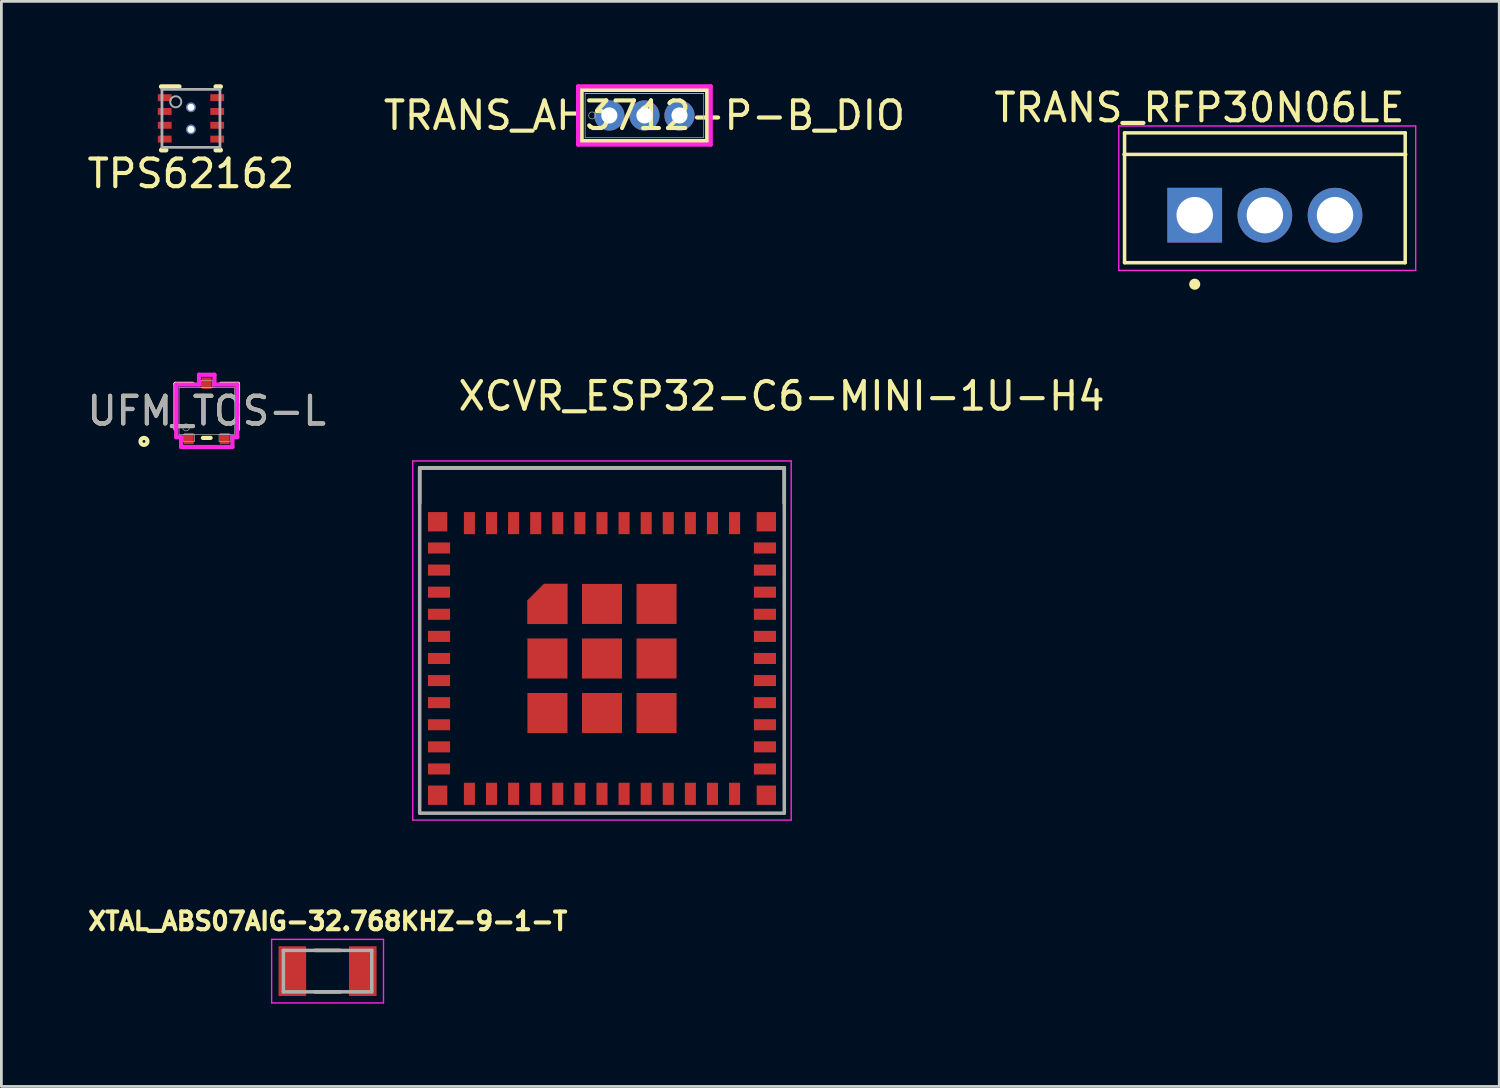
<source format=kicad_pcb>
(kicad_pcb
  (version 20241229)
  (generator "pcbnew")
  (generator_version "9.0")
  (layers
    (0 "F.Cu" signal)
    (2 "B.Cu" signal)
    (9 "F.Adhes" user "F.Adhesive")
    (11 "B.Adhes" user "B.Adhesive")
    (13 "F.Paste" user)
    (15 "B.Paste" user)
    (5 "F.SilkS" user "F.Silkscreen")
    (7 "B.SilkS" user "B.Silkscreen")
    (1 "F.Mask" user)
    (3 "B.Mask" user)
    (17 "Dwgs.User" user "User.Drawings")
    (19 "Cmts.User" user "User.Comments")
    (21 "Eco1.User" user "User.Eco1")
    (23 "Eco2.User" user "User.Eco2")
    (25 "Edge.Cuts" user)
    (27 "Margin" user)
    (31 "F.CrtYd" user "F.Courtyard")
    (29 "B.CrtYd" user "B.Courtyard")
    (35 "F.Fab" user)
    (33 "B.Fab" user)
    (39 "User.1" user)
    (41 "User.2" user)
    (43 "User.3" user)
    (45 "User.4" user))
  (footprint "TRANS_AH3712-P-B_DIO"
    (layer "F.Cu")
    (at 19.01 1.13)
    (property "Reference" "TRANS_AH3712-P-B_DIO" (at 1.27 0 0) (unlocked yes) (layer "F.SilkS") (effects (font (size 1 1) (thickness 0.15))))
    (attr through_hole)
    (fp_line (start -1.003 -0.927) (end -1.003 0.927) (stroke (width 0.152) (type solid)) (layer "F.SilkS"))
    (fp_line (start -1.003 0.927) (end 3.543 0.927) (stroke (width 0.152) (type solid)) (layer "F.SilkS"))
    (fp_line (start -0.876 -0.927) (end 3.416 -0.927) (stroke (width 0.152) (type solid)) (layer "F.SilkS"))
    (fp_line (start 3.543 -0.927) (end -1.003 -0.927) (stroke (width 0.152) (type solid)) (layer "F.SilkS"))
    (fp_line (start 3.543 0.927) (end 3.543 -0.927) (stroke (width 0.152) (type solid)) (layer "F.SilkS"))
    (fp_line (start -1.13 -1.054) (end -1.13 1.054) (stroke (width 0.152) (type solid)) (layer "F.CrtYd"))
    (fp_line (start -1.13 1.054) (end 3.67 1.054) (stroke (width 0.152) (type solid)) (layer "F.CrtYd"))
    (fp_line (start 3.67 -1.054) (end -1.13 -1.054) (stroke (width 0.152) (type solid)) (layer "F.CrtYd"))
    (fp_line (start 3.67 1.054) (end 3.67 -1.054) (stroke (width 0.152) (type solid)) (layer "F.CrtYd"))
    (fp_line (start -0.876 -0.8) (end -0.876 0.8) (stroke (width 0.025) (type solid)) (layer "F.Fab"))
    (fp_line (start -0.876 -0.8) (end 3.416 -0.8) (stroke (width 0.025) (type solid)) (layer "F.Fab"))
    (fp_line (start -0.876 0.8) (end 3.416 0.8) (stroke (width 0.025) (type solid)) (layer "F.Fab"))
    (fp_line (start 3.416 -0.8) (end -0.876 -0.8) (stroke (width 0.025) (type solid)) (layer "F.Fab"))
    (fp_line (start 3.416 0.8) (end 3.416 -0.8) (stroke (width 0.025) (type solid)) (layer "F.Fab"))
    (fp_circle (center -0.622 0) (end -0.495 0) (stroke (width 0.025) (type solid)) (fill no) (layer "F.Fab"))
    (pad "1" thru_hole circle (at 0 0) (size 1.092 1.092) (drill 0.584) (layers "*.Cu" "*.Mask"))
    (pad "2" thru_hole circle (at 1.27 0) (size 1.092 1.092) (drill 0.584) (layers "*.Cu" "*.Mask"))
    (pad "3" thru_hole circle (at 2.54 0) (size 1.092 1.092) (drill 0.584) (layers "*.Cu" "*.Mask")))
  (footprint "XTAL_ABS07AIG-32.768KHZ-9-1-T"
    (layer "F.Cu")
    (at 8.809 32.108)
    (property "Reference" "XTAL_ABS07AIG-32.768KHZ-9-1-T" (at 0.007 -1.806 0) (layer "F.SilkS") (effects (font (size 0.64 0.64) (thickness 0.15))))
    (attr smd)
    (fp_line (start -0.455 -0.75) (end 0.455 -0.75) (stroke (width 0.127) (type solid)) (layer "F.SilkS"))
    (fp_line (start -0.455 0.75) (end 0.455 0.75) (stroke (width 0.127) (type solid)) (layer "F.SilkS"))
    (fp_line (start -2.025 -1.15) (end -2.025 1.15) (stroke (width 0.05) (type solid)) (layer "F.CrtYd"))
    (fp_line (start -2.025 1.15) (end 2.025 1.15) (stroke (width 0.05) (type solid)) (layer "F.CrtYd"))
    (fp_line (start 2.025 -1.15) (end -2.025 -1.15) (stroke (width 0.05) (type solid)) (layer "F.CrtYd"))
    (fp_line (start 2.025 1.15) (end 2.025 -1.15) (stroke (width 0.05) (type solid)) (layer "F.CrtYd"))
    (fp_line (start -1.6 -0.75) (end -1.6 0.75) (stroke (width 0.127) (type solid)) (layer "F.Fab"))
    (fp_line (start -1.6 -0.75) (end 1.6 -0.75) (stroke (width 0.127) (type solid)) (layer "F.Fab"))
    (fp_line (start -1.6 0.75) (end 1.6 0.75) (stroke (width 0.127) (type solid)) (layer "F.Fab"))
    (fp_line (start 1.6 -0.75) (end 1.6 0.75) (stroke (width 0.127) (type solid)) (layer "F.Fab"))
    (pad "1" smd rect (at -1.275 0) (size 1 1.8) (layers "F.Cu" "F.Mask" "F.Paste"))
    (pad "2" smd rect (at 1.275 0) (size 1 1.8) (layers "F.Cu" "F.Mask" "F.Paste")))
  (footprint "TRANS_RFP30N06LE"
    (layer "F.Cu")
    (at 42.743 4.74)
    (property "Reference" "TRANS_RFP30N06LE" (at -2.369 -3.891 0) (layer "F.SilkS") (effects (font (size 1.002 1.002) (thickness 0.15))))
    (attr through_hole)
    (fp_line (start -5.1 -2.2) (end 5.1 -2.2) (stroke (width 0.127) (type solid)) (layer "F.SilkS"))
    (fp_line (start -5.08 -2.98) (end -5.08 1.72) (stroke (width 0.127) (type solid)) (layer "F.SilkS"))
    (fp_line (start -5.08 1.72) (end 5.08 1.72) (stroke (width 0.127) (type solid)) (layer "F.SilkS"))
    (fp_line (start 5.08 -2.98) (end -5.08 -2.98) (stroke (width 0.127) (type solid)) (layer "F.SilkS"))
    (fp_line (start 5.08 1.72) (end 5.08 -2.98) (stroke (width 0.127) (type solid)) (layer "F.SilkS"))
    (fp_circle (center -2.54 2.5) (end -2.34 2.5) (stroke (width 0) (type solid)) (fill yes) (layer "F.SilkS"))
    (fp_line (start -5.29 -3.23) (end 5.46 -3.23) (stroke (width 0.05) (type solid)) (layer "F.CrtYd"))
    (fp_line (start -5.29 2) (end -5.29 -3.23) (stroke (width 0.05) (type solid)) (layer "F.CrtYd"))
    (fp_line (start 5.46 -3.23) (end 5.46 2) (stroke (width 0.05) (type solid)) (layer "F.CrtYd"))
    (fp_line (start 5.46 2) (end -5.29 2) (stroke (width 0.05) (type solid)) (layer "F.CrtYd"))
    (pad "1" thru_hole rect (at -2.54 0) (size 1.98 1.98) (drill 1.32) (layers "*.Cu" "*.Mask"))
    (pad "2" thru_hole circle (at 0 0) (size 1.98 1.98) (drill 1.32) (layers "*.Cu" "*.Mask"))
    (pad "3" thru_hole circle (at 2.54 0) (size 1.98 1.98) (drill 1.32) (layers "*.Cu" "*.Mask")))
  (footprint "TPS62162"
    (layer "F.Cu")
    (at 3.863 1.235)
    (property "Reference" "TPS62162" (at 0 2 0) (unlocked yes) (layer "F.SilkS") (effects (font (size 1 1) (thickness 0.15))))
    (attr smd)
    (fp_line (start -1.075 -1.15) (end -0.425 -1.15) (stroke (width 0.17) (type solid)) (layer "F.SilkS"))
    (fp_line (start -1.075 1.15) (end -0.9 1.15) (stroke (width 0.17) (type solid)) (layer "F.SilkS"))
    (fp_line (start 0.9 -1.15) (end 1.075 -1.15) (stroke (width 0.17) (type solid)) (layer "F.SilkS"))
    (fp_line (start 0.9 1.15) (end 1.075 1.15) (stroke (width 0.17) (type solid)) (layer "F.SilkS"))
    (fp_poly (pts (xy -0.427 0.733) (xy 0.427 0.733) (xy 0.427 -0.733) (xy -0.427 -0.733)) (stroke (width 0) (type solid)) (fill yes) (layer "F.Paste"))
    (fp_line (start -1.05 -1.05) (end 1.05 -1.05) (stroke (width 0.1) (type solid)) (layer "F.Fab"))
    (fp_line (start -1.05 1.05) (end -1.05 -1.05) (stroke (width 0.1) (type solid)) (layer "F.Fab"))
    (fp_line (start -1.05 1.05) (end 1.05 1.05) (stroke (width 0.1) (type solid)) (layer "F.Fab"))
    (fp_line (start 1.05 1.05) (end 1.05 -1.05) (stroke (width 0.1) (type solid)) (layer "F.Fab"))
    (fp_circle (center -0.55 -0.6) (end -0.35 -0.6) (stroke (width 0.07) (type solid)) (fill no) (layer "F.Fab"))
    (pad "1" smd rect (at -0.95 -0.75 90) (size 0.25 0.5) (layers "F.Cu" "F.Mask" "F.Paste"))
    (pad "2" smd rect (at -0.95 -0.25 90) (size 0.25 0.5) (layers "F.Cu" "F.Mask" "F.Paste"))
    (pad "3" smd rect (at -0.95 0.25 90) (size 0.25 0.5) (layers "F.Cu" "F.Mask" "F.Paste"))
    (pad "4" smd rect (at -0.95 0.75 90) (size 0.25 0.5) (layers "F.Cu" "F.Mask" "F.Paste"))
    (pad "5" smd rect (at 0.95 0.75 90) (size 0.25 0.5) (layers "F.Cu" "F.Mask" "F.Paste"))
    (pad "6" smd rect (at 0.95 0.25 90) (size 0.25 0.5) (layers "F.Cu" "F.Mask" "F.Paste"))
    (pad "7" smd rect (at 0.95 -0.25 90) (size 0.25 0.5) (layers "F.Cu" "F.Mask" "F.Paste"))
    (pad "8" smd rect (at 0.95 -0.75 90) (size 0.25 0.5) (layers "F.Cu" "F.Mask" "F.Paste"))
    (pad "V" thru_hole circle (at 0 -0.4) (size 0.35 0.35) (drill 0.254) (layers "*.Cu" "*.Mask"))
    (pad "V" thru_hole circle (at 0 0.4) (size 0.35 0.35) (drill 0.254) (layers "*.Cu" "*.Mask")))
  (footprint "UFM_TOS-L"
    (layer "F.Cu")
    (at 4.435 11.825)
    (property "Reference" "UFM_TOS-L" (at 0 0 0) (unlocked yes) (layer "F.SilkS") (effects (font (size 1 1) (thickness 0.15))))
    (attr smd)
    (fp_line (start -1.13 -0.978) (end -1.13 0.662) (stroke (width 0.152) (type solid)) (layer "F.SilkS"))
    (fp_line (start -0.511 -0.978) (end -1.13 -0.978) (stroke (width 0.152) (type solid)) (layer "F.SilkS"))
    (fp_line (start -0.139 0.978) (end 0.139 0.978) (stroke (width 0.152) (type solid)) (layer "F.SilkS"))
    (fp_line (start 1.13 -0.978) (end 0.511 -0.978) (stroke (width 0.152) (type solid)) (layer "F.SilkS"))
    (fp_line (start 1.13 0.662) (end 1.13 -0.978) (stroke (width 0.152) (type solid)) (layer "F.SilkS"))
    (fp_circle (center -2.273 1.105) (end -2.146 1.105) (stroke (width 0.152) (type solid)) (fill no) (layer "F.SilkS"))
    (fp_line (start -1.105 -0.953) (end -0.279 -0.953) (stroke (width 0.152) (type solid)) (layer "F.CrtYd"))
    (fp_line (start -1.105 0.953) (end -1.105 -0.953) (stroke (width 0.152) (type solid)) (layer "F.CrtYd"))
    (fp_line (start -1.105 0.953) (end -0.929 0.953) (stroke (width 0.152) (type solid)) (layer "F.CrtYd"))
    (fp_line (start -0.929 0.953) (end -0.929 1.308) (stroke (width 0.152) (type solid)) (layer "F.CrtYd"))
    (fp_line (start -0.929 1.308) (end 0.929 1.308) (stroke (width 0.152) (type solid)) (layer "F.CrtYd"))
    (fp_line (start -0.279 -1.308) (end 0.279 -1.308) (stroke (width 0.152) (type solid)) (layer "F.CrtYd"))
    (fp_line (start -0.279 -0.953) (end -0.279 -1.308) (stroke (width 0.152) (type solid)) (layer "F.CrtYd"))
    (fp_line (start 0.279 -0.953) (end 0.279 -1.308) (stroke (width 0.152) (type solid)) (layer "F.CrtYd"))
    (fp_line (start 0.929 0.953) (end 0.929 1.308) (stroke (width 0.152) (type solid)) (layer "F.CrtYd"))
    (fp_line (start 1.105 -0.953) (end 0.279 -0.953) (stroke (width 0.152) (type solid)) (layer "F.CrtYd"))
    (fp_line (start 1.105 -0.953) (end 1.105 0.953) (stroke (width 0.152) (type solid)) (layer "F.CrtYd"))
    (fp_line (start 1.105 0.953) (end 0.929 0.953) (stroke (width 0.152) (type solid)) (layer "F.CrtYd"))
    (fp_line (start -1.003 -0.851) (end -1.003 0.851) (stroke (width 0.025) (type solid)) (layer "F.Fab"))
    (fp_line (start -1.003 0.851) (end 1.003 0.851) (stroke (width 0.025) (type solid)) (layer "F.Fab"))
    (fp_line (start -0.853 0.851) (end -0.853 1.105) (stroke (width 0.025) (type solid)) (layer "F.Fab"))
    (fp_line (start -0.853 1.105) (end -0.447 1.105) (stroke (width 0.025) (type solid)) (layer "F.Fab"))
    (fp_line (start -0.447 0.851) (end -0.853 0.851) (stroke (width 0.025) (type solid)) (layer "F.Fab"))
    (fp_line (start -0.447 1.105) (end -0.447 0.851) (stroke (width 0.025) (type solid)) (layer "F.Fab"))
    (fp_line (start -0.203 -1.105) (end -0.203 -0.851) (stroke (width 0.025) (type solid)) (layer "F.Fab"))
    (fp_line (start -0.203 -0.851) (end 0.203 -0.851) (stroke (width 0.025) (type solid)) (layer "F.Fab"))
    (fp_line (start 0.203 -1.105) (end -0.203 -1.105) (stroke (width 0.025) (type solid)) (layer "F.Fab"))
    (fp_line (start 0.203 -0.851) (end 0.203 -1.105) (stroke (width 0.025) (type solid)) (layer "F.Fab"))
    (fp_line (start 0.447 0.851) (end 0.447 1.105) (stroke (width 0.025) (type solid)) (layer "F.Fab"))
    (fp_line (start 0.447 1.105) (end 0.853 1.105) (stroke (width 0.025) (type solid)) (layer "F.Fab"))
    (fp_line (start 0.853 0.851) (end 0.447 0.851) (stroke (width 0.025) (type solid)) (layer "F.Fab"))
    (fp_line (start 0.853 1.105) (end 0.853 0.851) (stroke (width 0.025) (type solid)) (layer "F.Fab"))
    (fp_line (start 1.003 -0.851) (end -1.003 -0.851) (stroke (width 0.025) (type solid)) (layer "F.Fab"))
    (fp_line (start 1.003 0.851) (end 1.003 -0.851) (stroke (width 0.025) (type solid)) (layer "F.Fab"))
    (fp_circle (center -0.749 0.597) (end -0.622 0.597) (stroke (width 0.025) (type solid)) (fill no) (layer "F.Fab"))
    (fp_text user "${REFERENCE}" (at 0 0 0) (unlocked yes) (layer "F.Fab") (effects (font (size 1 1) (thickness 0.15))))
    (pad "1" smd rect (at -0.65 1.003) (size 0.356 0.406) (layers "F.Cu" "F.Mask" "F.Paste"))
    (pad "2" smd rect (at 0.65 1.003) (size 0.356 0.406) (layers "F.Cu" "F.Mask" "F.Paste"))
    (pad "3" smd rect (at 0 -1.003) (size 0.356 0.406) (layers "F.Cu" "F.Mask" "F.Paste")))
  (footprint "XCVR_ESP32-C6-MINI-1U-H4"
    (layer "F.Cu")
    (at 18.744 20.789)
    (property "Reference" "XCVR_ESP32-C6-MINI-1U-H4" (at 6.5 -9.5 180) (layer "F.SilkS") (effects (font (size 1 1) (thickness 0.15))))
    (attr smd)
    (fp_poly (pts (xy -2.8 -1.15) (xy -1.15 -1.15) (xy -1.15 -2.8) (xy -2.15 -2.8) (xy -2.8 -2.15)) (stroke (width 0.01) (type solid)) (fill yes) (layer "F.Mask"))
    (fp_line (start -6.6 -6.9) (end 6.6 -6.9) (stroke (width 0.127) (type solid)) (layer "F.SilkS"))
    (fp_line (start -6.6 -5.62) (end -6.6 -6.9) (stroke (width 0.127) (type solid)) (layer "F.SilkS"))
    (fp_line (start 6.6 -6.9) (end 6.6 -5.62) (stroke (width 0.127) (type solid)) (layer "F.SilkS"))
    (fp_poly (pts (xy -2.7 -1.25) (xy -1.25 -1.25) (xy -1.25 -2.7) (xy -2.1 -2.7) (xy -2.7 -2.1)) (stroke (width 0.01) (type solid)) (fill yes) (layer "F.Paste"))
    (fp_line (start -6.85 -7.15) (end -6.85 5.85) (stroke (width 0.05) (type solid)) (layer "F.CrtYd"))
    (fp_line (start -6.85 5.85) (end 6.85 5.85) (stroke (width 0.05) (type solid)) (layer "F.CrtYd"))
    (fp_line (start 6.85 -7.15) (end -6.85 -7.15) (stroke (width 0.05) (type solid)) (layer "F.CrtYd"))
    (fp_line (start 6.85 5.85) (end 6.85 -7.15) (stroke (width 0.05) (type solid)) (layer "F.CrtYd"))
    (fp_line (start -6.6 -6.9) (end 6.6 -6.9) (stroke (width 0.127) (type solid)) (layer "F.Fab"))
    (fp_line (start -6.6 5.6) (end -6.6 -6.9) (stroke (width 0.127) (type solid)) (layer "F.Fab"))
    (fp_line (start 6.6 -6.9) (end 6.6 5.6) (stroke (width 0.127) (type solid)) (layer "F.Fab"))
    (fp_line (start 6.6 5.6) (end -6.6 5.6) (stroke (width 0.127) (type solid)) (layer "F.Fab"))
    (pad "1" smd rect (at -5.9 -4) (size 0.8 0.4) (layers "F.Cu" "F.Mask" "F.Paste"))
    (pad "2" smd rect (at -5.9 -3.2) (size 0.8 0.4) (layers "F.Cu" "F.Mask" "F.Paste"))
    (pad "3" smd rect (at -5.9 -2.4) (size 0.8 0.4) (layers "F.Cu" "F.Mask" "F.Paste"))
    (pad "4" smd rect (at -5.9 -1.6) (size 0.8 0.4) (layers "F.Cu" "F.Mask" "F.Paste"))
    (pad "5" smd rect (at -5.9 -0.8) (size 0.8 0.4) (layers "F.Cu" "F.Mask" "F.Paste"))
    (pad "6" smd rect (at -5.9 0) (size 0.8 0.4) (layers "F.Cu" "F.Mask" "F.Paste"))
    (pad "7" smd rect (at -5.9 0.8) (size 0.8 0.4) (layers "F.Cu" "F.Mask" "F.Paste"))
    (pad "8" smd rect (at -5.9 1.6) (size 0.8 0.4) (layers "F.Cu" "F.Mask" "F.Paste"))
    (pad "9" smd rect (at -5.9 2.4) (size 0.8 0.4) (layers "F.Cu" "F.Mask" "F.Paste"))
    (pad "10" smd rect (at -5.9 3.2) (size 0.8 0.4) (layers "F.Cu" "F.Mask" "F.Paste"))
    (pad "11" smd rect (at -5.9 4) (size 0.8 0.4) (layers "F.Cu" "F.Mask" "F.Paste"))
    (pad "12" smd rect (at -4.8 4.9) (size 0.4 0.8) (layers "F.Cu" "F.Mask" "F.Paste"))
    (pad "13" smd rect (at -4 4.9) (size 0.4 0.8) (layers "F.Cu" "F.Mask" "F.Paste"))
    (pad "14" smd rect (at -3.2 4.9) (size 0.4 0.8) (layers "F.Cu" "F.Mask" "F.Paste"))
    (pad "15" smd rect (at -2.4 4.9) (size 0.4 0.8) (layers "F.Cu" "F.Mask" "F.Paste"))
    (pad "16" smd rect (at -1.6 4.9) (size 0.4 0.8) (layers "F.Cu" "F.Mask" "F.Paste"))
    (pad "17" smd rect (at -0.8 4.9) (size 0.4 0.8) (layers "F.Cu" "F.Mask" "F.Paste"))
    (pad "18" smd rect (at 0 4.9) (size 0.4 0.8) (layers "F.Cu" "F.Mask" "F.Paste"))
    (pad "19" smd rect (at 0.8 4.9) (size 0.4 0.8) (layers "F.Cu" "F.Mask" "F.Paste"))
    (pad "20" smd rect (at 1.6 4.9) (size 0.4 0.8) (layers "F.Cu" "F.Mask" "F.Paste"))
    (pad "21" smd rect (at 2.4 4.9) (size 0.4 0.8) (layers "F.Cu" "F.Mask" "F.Paste"))
    (pad "22" smd rect (at 3.2 4.9) (size 0.4 0.8) (layers "F.Cu" "F.Mask" "F.Paste"))
    (pad "23" smd rect (at 4 4.9) (size 0.4 0.8) (layers "F.Cu" "F.Mask" "F.Paste"))
    (pad "24" smd rect (at 4.8 4.9) (size 0.4 0.8) (layers "F.Cu" "F.Mask" "F.Paste"))
    (pad "25" smd rect (at 5.9 4) (size 0.8 0.4) (layers "F.Cu" "F.Mask" "F.Paste"))
    (pad "26" smd rect (at 5.9 3.2) (size 0.8 0.4) (layers "F.Cu" "F.Mask" "F.Paste"))
    (pad "27" smd rect (at 5.9 2.4) (size 0.8 0.4) (layers "F.Cu" "F.Mask" "F.Paste"))
    (pad "28" smd rect (at 5.9 1.6) (size 0.8 0.4) (layers "F.Cu" "F.Mask" "F.Paste"))
    (pad "29" smd rect (at 5.9 0.8) (size 0.8 0.4) (layers "F.Cu" "F.Mask" "F.Paste"))
    (pad "30" smd rect (at 5.9 0) (size 0.8 0.4) (layers "F.Cu" "F.Mask" "F.Paste"))
    (pad "31" smd rect (at 5.9 -0.8) (size 0.8 0.4) (layers "F.Cu" "F.Mask" "F.Paste"))
    (pad "32" smd rect (at 5.9 -1.6) (size 0.8 0.4) (layers "F.Cu" "F.Mask" "F.Paste"))
    (pad "33" smd rect (at 5.9 -2.4) (size 0.8 0.4) (layers "F.Cu" "F.Mask" "F.Paste"))
    (pad "34" smd rect (at 5.9 -3.2) (size 0.8 0.4) (layers "F.Cu" "F.Mask" "F.Paste"))
    (pad "35" smd rect (at 5.9 -4) (size 0.8 0.4) (layers "F.Cu" "F.Mask" "F.Paste"))
    (pad "36" smd rect (at 4.8 -4.9) (size 0.4 0.8) (layers "F.Cu" "F.Mask" "F.Paste"))
    (pad "37" smd rect (at 4 -4.9) (size 0.4 0.8) (layers "F.Cu" "F.Mask" "F.Paste"))
    (pad "38" smd rect (at 3.2 -4.9) (size 0.4 0.8) (layers "F.Cu" "F.Mask" "F.Paste"))
    (pad "39" smd rect (at 2.4 -4.9) (size 0.4 0.8) (layers "F.Cu" "F.Mask" "F.Paste"))
    (pad "40" smd rect (at 1.6 -4.9) (size 0.4 0.8) (layers "F.Cu" "F.Mask" "F.Paste"))
    (pad "41" smd rect (at 0.8 -4.9) (size 0.4 0.8) (layers "F.Cu" "F.Mask" "F.Paste"))
    (pad "42" smd rect (at 0 -4.9) (size 0.4 0.8) (layers "F.Cu" "F.Mask" "F.Paste"))
    (pad "43" smd rect (at -0.8 -4.9) (size 0.4 0.8) (layers "F.Cu" "F.Mask" "F.Paste"))
    (pad "44" smd rect (at -1.6 -4.9) (size 0.4 0.8) (layers "F.Cu" "F.Mask" "F.Paste"))
    (pad "45" smd rect (at -2.4 -4.9) (size 0.4 0.8) (layers "F.Cu" "F.Mask" "F.Paste"))
    (pad "46" smd rect (at -3.2 -4.9) (size 0.4 0.8) (layers "F.Cu" "F.Mask" "F.Paste"))
    (pad "47" smd rect (at -4 -4.9) (size 0.4 0.8) (layers "F.Cu" "F.Mask" "F.Paste"))
    (pad "48" smd rect (at -4.8 -4.9) (size 0.4 0.8) (layers "F.Cu" "F.Mask" "F.Paste"))
    (pad "49_1" smd custom (at -1.975 -1.975) (size 0.4 0.4) (layers "F.Cu") (options (anchor rect)) (primitives (gr_poly (pts (xy -0.725 0.725) (xy 0.725 0.725) (xy 0.725 -0.725) (xy -0.125 -0.725) (xy -0.725 -0.125)) (width 0.01) (fill yes))))
    (pad "49_2" smd rect (at 0 -1.975) (size 1.45 1.45) (layers "F.Cu" "F.Mask" "F.Paste"))
    (pad "49_3" smd rect (at 1.975 -1.975) (size 1.45 1.45) (layers "F.Cu" "F.Mask" "F.Paste"))
    (pad "49_4" smd rect (at -1.975 0) (size 1.45 1.45) (layers "F.Cu" "F.Mask" "F.Paste"))
    (pad "49_5" smd rect (at 0 0) (size 1.45 1.45) (layers "F.Cu" "F.Mask" "F.Paste"))
    (pad "49_6" smd rect (at 1.975 0) (size 1.45 1.45) (layers "F.Cu" "F.Mask" "F.Paste"))
    (pad "49_7" smd rect (at -1.975 1.975) (size 1.45 1.45) (layers "F.Cu" "F.Mask" "F.Paste"))
    (pad "49_8" smd rect (at 0 1.975) (size 1.45 1.45) (layers "F.Cu" "F.Mask" "F.Paste"))
    (pad "49_9" smd rect (at 1.975 1.975) (size 1.45 1.45) (layers "F.Cu" "F.Mask" "F.Paste"))
    (pad "50" smd rect (at 5.95 -4.95) (size 0.7 0.7) (layers "F.Cu" "F.Mask" "F.Paste"))
    (pad "51" smd rect (at 5.95 4.95) (size 0.7 0.7) (layers "F.Cu" "F.Mask" "F.Paste"))
    (pad "52" smd rect (at -5.95 4.95) (size 0.7 0.7) (layers "F.Cu" "F.Mask" "F.Paste"))
    (pad "53" smd rect (at -5.95 -4.95) (size 0.7 0.7) (layers "F.Cu" "F.Mask" "F.Paste")))
  (gr_rect
    (start -3 -3)
    (end 51.228 36.283)
    (stroke (width 0.1) (type default))
    (fill no)
    (layer "Edge.Cuts")))
</source>
